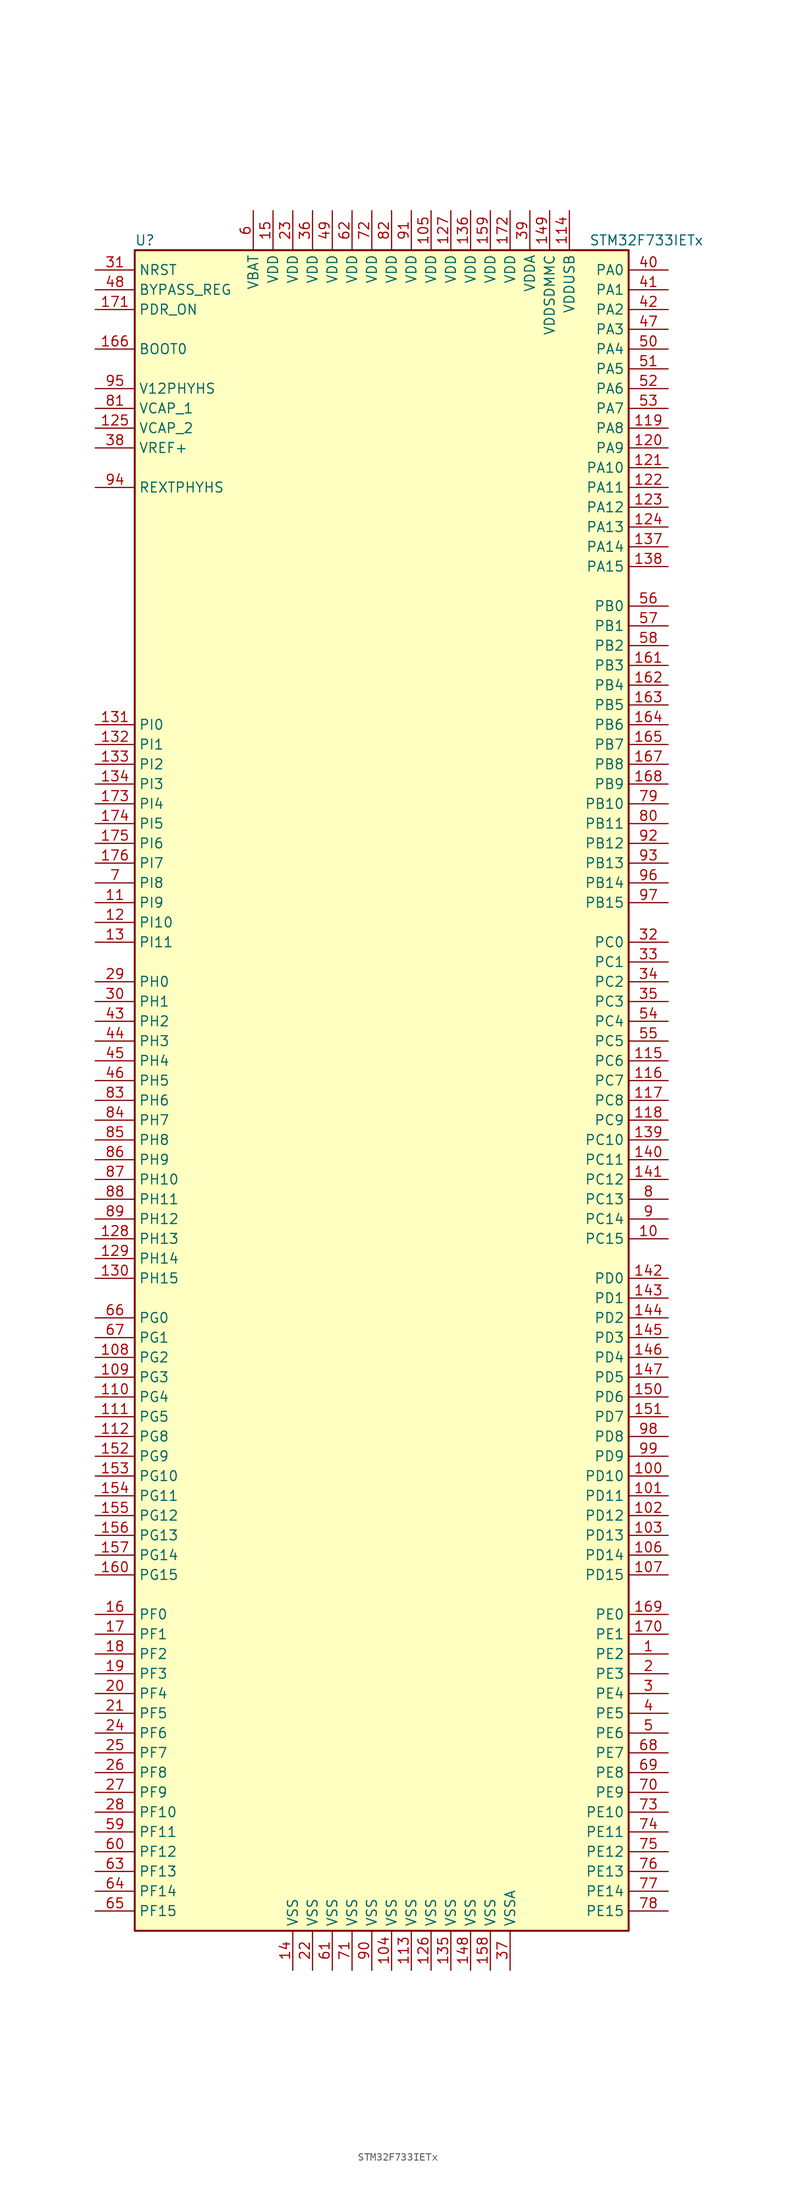
<source format=kicad_sym>
(kicad_symbol_lib
  (version 20201005)
  (generator kicad_symbol_editor)
  (symbol "STM32F733IETx"
    (property "Reference" "U"
      (at -33.02 107.95 0)
      (effects (font (size 1.27 1.27)) (justify left)))
    (property "Value" "STM32F733IETx"
      (at 25.4 107.95 0)
      (effects (font (size 1.27 1.27)) (justify left)))
    (symbol "STM32F733IETx_0_1"
      (rectangle (start -33.02 -109.22) (end 30.48 106.68) (stroke (width 0.254)) (fill (type background))))
    (symbol "STM32F733IETx_1_1"
      (pin input line (at -38.1 93.98 0) (length 5.08) (name "BOOT0" (effects (font (size 1.27 1.27)))) (number "166" (effects (font (size 1.27 1.27)))))
      (pin input line (at -38.1 101.6 0) (length 5.08) (name "BYPASS_REG" (effects (font (size 1.27 1.27)))) (number "48" (effects (font (size 1.27 1.27)))))
      (pin input line (at -38.1 104.14 0) (length 5.08) (name "NRST" (effects (font (size 1.27 1.27)))) (number "31" (effects (font (size 1.27 1.27)))))
      (pin bidirectional line (at 35.56 104.14 180) (length 5.08) (name "PA0" (effects (font (size 1.27 1.27)))) (number "40" (effects (font (size 1.27 1.27)))))
      (pin bidirectional line (at 35.56 101.6 180) (length 5.08) (name "PA1" (effects (font (size 1.27 1.27)))) (number "41" (effects (font (size 1.27 1.27)))))
      (pin bidirectional line (at 35.56 78.74 180) (length 5.08) (name "PA10" (effects (font (size 1.27 1.27)))) (number "121" (effects (font (size 1.27 1.27)))))
      (pin bidirectional line (at 35.56 76.2 180) (length 5.08) (name "PA11" (effects (font (size 1.27 1.27)))) (number "122" (effects (font (size 1.27 1.27)))))
      (pin bidirectional line (at 35.56 73.66 180) (length 5.08) (name "PA12" (effects (font (size 1.27 1.27)))) (number "123" (effects (font (size 1.27 1.27)))))
      (pin bidirectional line (at 35.56 71.12 180) (length 5.08) (name "PA13" (effects (font (size 1.27 1.27)))) (number "124" (effects (font (size 1.27 1.27)))))
      (pin bidirectional line (at 35.56 68.58 180) (length 5.08) (name "PA14" (effects (font (size 1.27 1.27)))) (number "137" (effects (font (size 1.27 1.27)))))
      (pin bidirectional line (at 35.56 66.04 180) (length 5.08) (name "PA15" (effects (font (size 1.27 1.27)))) (number "138" (effects (font (size 1.27 1.27)))))
      (pin bidirectional line (at 35.56 99.06 180) (length 5.08) (name "PA2" (effects (font (size 1.27 1.27)))) (number "42" (effects (font (size 1.27 1.27)))))
      (pin bidirectional line (at 35.56 96.52 180) (length 5.08) (name "PA3" (effects (font (size 1.27 1.27)))) (number "47" (effects (font (size 1.27 1.27)))))
      (pin bidirectional line (at 35.56 93.98 180) (length 5.08) (name "PA4" (effects (font (size 1.27 1.27)))) (number "50" (effects (font (size 1.27 1.27)))))
      (pin bidirectional line (at 35.56 91.44 180) (length 5.08) (name "PA5" (effects (font (size 1.27 1.27)))) (number "51" (effects (font (size 1.27 1.27)))))
      (pin bidirectional line (at 35.56 88.9 180) (length 5.08) (name "PA6" (effects (font (size 1.27 1.27)))) (number "52" (effects (font (size 1.27 1.27)))))
      (pin bidirectional line (at 35.56 86.36 180) (length 5.08) (name "PA7" (effects (font (size 1.27 1.27)))) (number "53" (effects (font (size 1.27 1.27)))))
      (pin bidirectional line (at 35.56 83.82 180) (length 5.08) (name "PA8" (effects (font (size 1.27 1.27)))) (number "119" (effects (font (size 1.27 1.27)))))
      (pin bidirectional line (at 35.56 81.28 180) (length 5.08) (name "PA9" (effects (font (size 1.27 1.27)))) (number "120" (effects (font (size 1.27 1.27)))))
      (pin bidirectional line (at 35.56 60.96 180) (length 5.08) (name "PB0" (effects (font (size 1.27 1.27)))) (number "56" (effects (font (size 1.27 1.27)))))
      (pin bidirectional line (at 35.56 58.42 180) (length 5.08) (name "PB1" (effects (font (size 1.27 1.27)))) (number "57" (effects (font (size 1.27 1.27)))))
      (pin bidirectional line (at 35.56 35.56 180) (length 5.08) (name "PB10" (effects (font (size 1.27 1.27)))) (number "79" (effects (font (size 1.27 1.27)))))
      (pin bidirectional line (at 35.56 33.02 180) (length 5.08) (name "PB11" (effects (font (size 1.27 1.27)))) (number "80" (effects (font (size 1.27 1.27)))))
      (pin bidirectional line (at 35.56 30.48 180) (length 5.08) (name "PB12" (effects (font (size 1.27 1.27)))) (number "92" (effects (font (size 1.27 1.27)))))
      (pin bidirectional line (at 35.56 27.94 180) (length 5.08) (name "PB13" (effects (font (size 1.27 1.27)))) (number "93" (effects (font (size 1.27 1.27)))))
      (pin bidirectional line (at 35.56 25.4 180) (length 5.08) (name "PB14" (effects (font (size 1.27 1.27)))) (number "96" (effects (font (size 1.27 1.27)))))
      (pin bidirectional line (at 35.56 22.86 180) (length 5.08) (name "PB15" (effects (font (size 1.27 1.27)))) (number "97" (effects (font (size 1.27 1.27)))))
      (pin bidirectional line (at 35.56 55.88 180) (length 5.08) (name "PB2" (effects (font (size 1.27 1.27)))) (number "58" (effects (font (size 1.27 1.27)))))
      (pin bidirectional line (at 35.56 53.34 180) (length 5.08) (name "PB3" (effects (font (size 1.27 1.27)))) (number "161" (effects (font (size 1.27 1.27)))))
      (pin bidirectional line (at 35.56 50.8 180) (length 5.08) (name "PB4" (effects (font (size 1.27 1.27)))) (number "162" (effects (font (size 1.27 1.27)))))
      (pin bidirectional line (at 35.56 48.26 180) (length 5.08) (name "PB5" (effects (font (size 1.27 1.27)))) (number "163" (effects (font (size 1.27 1.27)))))
      (pin bidirectional line (at 35.56 45.72 180) (length 5.08) (name "PB6" (effects (font (size 1.27 1.27)))) (number "164" (effects (font (size 1.27 1.27)))))
      (pin bidirectional line (at 35.56 43.18 180) (length 5.08) (name "PB7" (effects (font (size 1.27 1.27)))) (number "165" (effects (font (size 1.27 1.27)))))
      (pin bidirectional line (at 35.56 40.64 180) (length 5.08) (name "PB8" (effects (font (size 1.27 1.27)))) (number "167" (effects (font (size 1.27 1.27)))))
      (pin bidirectional line (at 35.56 38.1 180) (length 5.08) (name "PB9" (effects (font (size 1.27 1.27)))) (number "168" (effects (font (size 1.27 1.27)))))
      (pin bidirectional line (at 35.56 17.78 180) (length 5.08) (name "PC0" (effects (font (size 1.27 1.27)))) (number "32" (effects (font (size 1.27 1.27)))))
      (pin bidirectional line (at 35.56 15.24 180) (length 5.08) (name "PC1" (effects (font (size 1.27 1.27)))) (number "33" (effects (font (size 1.27 1.27)))))
      (pin bidirectional line (at 35.56 -7.62 180) (length 5.08) (name "PC10" (effects (font (size 1.27 1.27)))) (number "139" (effects (font (size 1.27 1.27)))))
      (pin bidirectional line (at 35.56 -10.16 180) (length 5.08) (name "PC11" (effects (font (size 1.27 1.27)))) (number "140" (effects (font (size 1.27 1.27)))))
      (pin bidirectional line (at 35.56 -12.7 180) (length 5.08) (name "PC12" (effects (font (size 1.27 1.27)))) (number "141" (effects (font (size 1.27 1.27)))))
      (pin bidirectional line (at 35.56 -15.24 180) (length 5.08) (name "PC13" (effects (font (size 1.27 1.27)))) (number "8" (effects (font (size 1.27 1.27)))))
      (pin bidirectional line (at 35.56 -17.78 180) (length 5.08) (name "PC14" (effects (font (size 1.27 1.27)))) (number "9" (effects (font (size 1.27 1.27)))))
      (pin bidirectional line (at 35.56 -20.32 180) (length 5.08) (name "PC15" (effects (font (size 1.27 1.27)))) (number "10" (effects (font (size 1.27 1.27)))))
      (pin bidirectional line (at 35.56 12.7 180) (length 5.08) (name "PC2" (effects (font (size 1.27 1.27)))) (number "34" (effects (font (size 1.27 1.27)))))
      (pin bidirectional line (at 35.56 10.16 180) (length 5.08) (name "PC3" (effects (font (size 1.27 1.27)))) (number "35" (effects (font (size 1.27 1.27)))))
      (pin bidirectional line (at 35.56 7.62 180) (length 5.08) (name "PC4" (effects (font (size 1.27 1.27)))) (number "54" (effects (font (size 1.27 1.27)))))
      (pin bidirectional line (at 35.56 5.08 180) (length 5.08) (name "PC5" (effects (font (size 1.27 1.27)))) (number "55" (effects (font (size 1.27 1.27)))))
      (pin bidirectional line (at 35.56 2.54 180) (length 5.08) (name "PC6" (effects (font (size 1.27 1.27)))) (number "115" (effects (font (size 1.27 1.27)))))
      (pin bidirectional line (at 35.56 0 180) (length 5.08) (name "PC7" (effects (font (size 1.27 1.27)))) (number "116" (effects (font (size 1.27 1.27)))))
      (pin bidirectional line (at 35.56 -2.54 180) (length 5.08) (name "PC8" (effects (font (size 1.27 1.27)))) (number "117" (effects (font (size 1.27 1.27)))))
      (pin bidirectional line (at 35.56 -5.08 180) (length 5.08) (name "PC9" (effects (font (size 1.27 1.27)))) (number "118" (effects (font (size 1.27 1.27)))))
      (pin bidirectional line (at 35.56 -25.4 180) (length 5.08) (name "PD0" (effects (font (size 1.27 1.27)))) (number "142" (effects (font (size 1.27 1.27)))))
      (pin bidirectional line (at 35.56 -27.94 180) (length 5.08) (name "PD1" (effects (font (size 1.27 1.27)))) (number "143" (effects (font (size 1.27 1.27)))))
      (pin bidirectional line (at 35.56 -50.8 180) (length 5.08) (name "PD10" (effects (font (size 1.27 1.27)))) (number "100" (effects (font (size 1.27 1.27)))))
      (pin bidirectional line (at 35.56 -53.34 180) (length 5.08) (name "PD11" (effects (font (size 1.27 1.27)))) (number "101" (effects (font (size 1.27 1.27)))))
      (pin bidirectional line (at 35.56 -55.88 180) (length 5.08) (name "PD12" (effects (font (size 1.27 1.27)))) (number "102" (effects (font (size 1.27 1.27)))))
      (pin bidirectional line (at 35.56 -58.42 180) (length 5.08) (name "PD13" (effects (font (size 1.27 1.27)))) (number "103" (effects (font (size 1.27 1.27)))))
      (pin bidirectional line (at 35.56 -60.96 180) (length 5.08) (name "PD14" (effects (font (size 1.27 1.27)))) (number "106" (effects (font (size 1.27 1.27)))))
      (pin bidirectional line (at 35.56 -63.5 180) (length 5.08) (name "PD15" (effects (font (size 1.27 1.27)))) (number "107" (effects (font (size 1.27 1.27)))))
      (pin bidirectional line (at 35.56 -30.48 180) (length 5.08) (name "PD2" (effects (font (size 1.27 1.27)))) (number "144" (effects (font (size 1.27 1.27)))))
      (pin bidirectional line (at 35.56 -33.02 180) (length 5.08) (name "PD3" (effects (font (size 1.27 1.27)))) (number "145" (effects (font (size 1.27 1.27)))))
      (pin bidirectional line (at 35.56 -35.56 180) (length 5.08) (name "PD4" (effects (font (size 1.27 1.27)))) (number "146" (effects (font (size 1.27 1.27)))))
      (pin bidirectional line (at 35.56 -38.1 180) (length 5.08) (name "PD5" (effects (font (size 1.27 1.27)))) (number "147" (effects (font (size 1.27 1.27)))))
      (pin bidirectional line (at 35.56 -40.64 180) (length 5.08) (name "PD6" (effects (font (size 1.27 1.27)))) (number "150" (effects (font (size 1.27 1.27)))))
      (pin bidirectional line (at 35.56 -43.18 180) (length 5.08) (name "PD7" (effects (font (size 1.27 1.27)))) (number "151" (effects (font (size 1.27 1.27)))))
      (pin bidirectional line (at 35.56 -45.72 180) (length 5.08) (name "PD8" (effects (font (size 1.27 1.27)))) (number "98" (effects (font (size 1.27 1.27)))))
      (pin bidirectional line (at 35.56 -48.26 180) (length 5.08) (name "PD9" (effects (font (size 1.27 1.27)))) (number "99" (effects (font (size 1.27 1.27)))))
      (pin input line (at -38.1 99.06 0) (length 5.08) (name "PDR_ON" (effects (font (size 1.27 1.27)))) (number "171" (effects (font (size 1.27 1.27)))))
      (pin bidirectional line (at 35.56 -68.58 180) (length 5.08) (name "PE0" (effects (font (size 1.27 1.27)))) (number "169" (effects (font (size 1.27 1.27)))))
      (pin bidirectional line (at 35.56 -71.12 180) (length 5.08) (name "PE1" (effects (font (size 1.27 1.27)))) (number "170" (effects (font (size 1.27 1.27)))))
      (pin bidirectional line (at 35.56 -93.98 180) (length 5.08) (name "PE10" (effects (font (size 1.27 1.27)))) (number "73" (effects (font (size 1.27 1.27)))))
      (pin bidirectional line (at 35.56 -96.52 180) (length 5.08) (name "PE11" (effects (font (size 1.27 1.27)))) (number "74" (effects (font (size 1.27 1.27)))))
      (pin bidirectional line (at 35.56 -99.06 180) (length 5.08) (name "PE12" (effects (font (size 1.27 1.27)))) (number "75" (effects (font (size 1.27 1.27)))))
      (pin bidirectional line (at 35.56 -101.6 180) (length 5.08) (name "PE13" (effects (font (size 1.27 1.27)))) (number "76" (effects (font (size 1.27 1.27)))))
      (pin bidirectional line (at 35.56 -104.14 180) (length 5.08) (name "PE14" (effects (font (size 1.27 1.27)))) (number "77" (effects (font (size 1.27 1.27)))))
      (pin bidirectional line (at 35.56 -106.68 180) (length 5.08) (name "PE15" (effects (font (size 1.27 1.27)))) (number "78" (effects (font (size 1.27 1.27)))))
      (pin bidirectional line (at 35.56 -73.66 180) (length 5.08) (name "PE2" (effects (font (size 1.27 1.27)))) (number "1" (effects (font (size 1.27 1.27)))))
      (pin bidirectional line (at 35.56 -76.2 180) (length 5.08) (name "PE3" (effects (font (size 1.27 1.27)))) (number "2" (effects (font (size 1.27 1.27)))))
      (pin bidirectional line (at 35.56 -78.74 180) (length 5.08) (name "PE4" (effects (font (size 1.27 1.27)))) (number "3" (effects (font (size 1.27 1.27)))))
      (pin bidirectional line (at 35.56 -81.28 180) (length 5.08) (name "PE5" (effects (font (size 1.27 1.27)))) (number "4" (effects (font (size 1.27 1.27)))))
      (pin bidirectional line (at 35.56 -83.82 180) (length 5.08) (name "PE6" (effects (font (size 1.27 1.27)))) (number "5" (effects (font (size 1.27 1.27)))))
      (pin bidirectional line (at 35.56 -86.36 180) (length 5.08) (name "PE7" (effects (font (size 1.27 1.27)))) (number "68" (effects (font (size 1.27 1.27)))))
      (pin bidirectional line (at 35.56 -88.9 180) (length 5.08) (name "PE8" (effects (font (size 1.27 1.27)))) (number "69" (effects (font (size 1.27 1.27)))))
      (pin bidirectional line (at 35.56 -91.44 180) (length 5.08) (name "PE9" (effects (font (size 1.27 1.27)))) (number "70" (effects (font (size 1.27 1.27)))))
      (pin bidirectional line (at -38.1 -68.58 0) (length 5.08) (name "PF0" (effects (font (size 1.27 1.27)))) (number "16" (effects (font (size 1.27 1.27)))))
      (pin bidirectional line (at -38.1 -71.12 0) (length 5.08) (name "PF1" (effects (font (size 1.27 1.27)))) (number "17" (effects (font (size 1.27 1.27)))))
      (pin bidirectional line (at -38.1 -93.98 0) (length 5.08) (name "PF10" (effects (font (size 1.27 1.27)))) (number "28" (effects (font (size 1.27 1.27)))))
      (pin bidirectional line (at -38.1 -96.52 0) (length 5.08) (name "PF11" (effects (font (size 1.27 1.27)))) (number "59" (effects (font (size 1.27 1.27)))))
      (pin bidirectional line (at -38.1 -99.06 0) (length 5.08) (name "PF12" (effects (font (size 1.27 1.27)))) (number "60" (effects (font (size 1.27 1.27)))))
      (pin bidirectional line (at -38.1 -101.6 0) (length 5.08) (name "PF13" (effects (font (size 1.27 1.27)))) (number "63" (effects (font (size 1.27 1.27)))))
      (pin bidirectional line (at -38.1 -104.14 0) (length 5.08) (name "PF14" (effects (font (size 1.27 1.27)))) (number "64" (effects (font (size 1.27 1.27)))))
      (pin bidirectional line (at -38.1 -106.68 0) (length 5.08) (name "PF15" (effects (font (size 1.27 1.27)))) (number "65" (effects (font (size 1.27 1.27)))))
      (pin bidirectional line (at -38.1 -73.66 0) (length 5.08) (name "PF2" (effects (font (size 1.27 1.27)))) (number "18" (effects (font (size 1.27 1.27)))))
      (pin bidirectional line (at -38.1 -76.2 0) (length 5.08) (name "PF3" (effects (font (size 1.27 1.27)))) (number "19" (effects (font (size 1.27 1.27)))))
      (pin bidirectional line (at -38.1 -78.74 0) (length 5.08) (name "PF4" (effects (font (size 1.27 1.27)))) (number "20" (effects (font (size 1.27 1.27)))))
      (pin bidirectional line (at -38.1 -81.28 0) (length 5.08) (name "PF5" (effects (font (size 1.27 1.27)))) (number "21" (effects (font (size 1.27 1.27)))))
      (pin bidirectional line (at -38.1 -83.82 0) (length 5.08) (name "PF6" (effects (font (size 1.27 1.27)))) (number "24" (effects (font (size 1.27 1.27)))))
      (pin bidirectional line (at -38.1 -86.36 0) (length 5.08) (name "PF7" (effects (font (size 1.27 1.27)))) (number "25" (effects (font (size 1.27 1.27)))))
      (pin bidirectional line (at -38.1 -88.9 0) (length 5.08) (name "PF8" (effects (font (size 1.27 1.27)))) (number "26" (effects (font (size 1.27 1.27)))))
      (pin bidirectional line (at -38.1 -91.44 0) (length 5.08) (name "PF9" (effects (font (size 1.27 1.27)))) (number "27" (effects (font (size 1.27 1.27)))))
      (pin bidirectional line (at -38.1 -30.48 0) (length 5.08) (name "PG0" (effects (font (size 1.27 1.27)))) (number "66" (effects (font (size 1.27 1.27)))))
      (pin bidirectional line (at -38.1 -33.02 0) (length 5.08) (name "PG1" (effects (font (size 1.27 1.27)))) (number "67" (effects (font (size 1.27 1.27)))))
      (pin bidirectional line (at -38.1 -50.8 0) (length 5.08) (name "PG10" (effects (font (size 1.27 1.27)))) (number "153" (effects (font (size 1.27 1.27)))))
      (pin bidirectional line (at -38.1 -53.34 0) (length 5.08) (name "PG11" (effects (font (size 1.27 1.27)))) (number "154" (effects (font (size 1.27 1.27)))))
      (pin bidirectional line (at -38.1 -55.88 0) (length 5.08) (name "PG12" (effects (font (size 1.27 1.27)))) (number "155" (effects (font (size 1.27 1.27)))))
      (pin bidirectional line (at -38.1 -58.42 0) (length 5.08) (name "PG13" (effects (font (size 1.27 1.27)))) (number "156" (effects (font (size 1.27 1.27)))))
      (pin bidirectional line (at -38.1 -60.96 0) (length 5.08) (name "PG14" (effects (font (size 1.27 1.27)))) (number "157" (effects (font (size 1.27 1.27)))))
      (pin bidirectional line (at -38.1 -63.5 0) (length 5.08) (name "PG15" (effects (font (size 1.27 1.27)))) (number "160" (effects (font (size 1.27 1.27)))))
      (pin bidirectional line (at -38.1 -35.56 0) (length 5.08) (name "PG2" (effects (font (size 1.27 1.27)))) (number "108" (effects (font (size 1.27 1.27)))))
      (pin bidirectional line (at -38.1 -38.1 0) (length 5.08) (name "PG3" (effects (font (size 1.27 1.27)))) (number "109" (effects (font (size 1.27 1.27)))))
      (pin bidirectional line (at -38.1 -40.64 0) (length 5.08) (name "PG4" (effects (font (size 1.27 1.27)))) (number "110" (effects (font (size 1.27 1.27)))))
      (pin bidirectional line (at -38.1 -43.18 0) (length 5.08) (name "PG5" (effects (font (size 1.27 1.27)))) (number "111" (effects (font (size 1.27 1.27)))))
      (pin bidirectional line (at -38.1 -45.72 0) (length 5.08) (name "PG8" (effects (font (size 1.27 1.27)))) (number "112" (effects (font (size 1.27 1.27)))))
      (pin bidirectional line (at -38.1 -48.26 0) (length 5.08) (name "PG9" (effects (font (size 1.27 1.27)))) (number "152" (effects (font (size 1.27 1.27)))))
      (pin input line (at -38.1 12.7 0) (length 5.08) (name "PH0" (effects (font (size 1.27 1.27)))) (number "29" (effects (font (size 1.27 1.27)))))
      (pin input line (at -38.1 10.16 0) (length 5.08) (name "PH1" (effects (font (size 1.27 1.27)))) (number "30" (effects (font (size 1.27 1.27)))))
      (pin bidirectional line (at -38.1 -12.7 0) (length 5.08) (name "PH10" (effects (font (size 1.27 1.27)))) (number "87" (effects (font (size 1.27 1.27)))))
      (pin bidirectional line (at -38.1 -15.24 0) (length 5.08) (name "PH11" (effects (font (size 1.27 1.27)))) (number "88" (effects (font (size 1.27 1.27)))))
      (pin bidirectional line (at -38.1 -17.78 0) (length 5.08) (name "PH12" (effects (font (size 1.27 1.27)))) (number "89" (effects (font (size 1.27 1.27)))))
      (pin bidirectional line (at -38.1 -20.32 0) (length 5.08) (name "PH13" (effects (font (size 1.27 1.27)))) (number "128" (effects (font (size 1.27 1.27)))))
      (pin bidirectional line (at -38.1 -22.86 0) (length 5.08) (name "PH14" (effects (font (size 1.27 1.27)))) (number "129" (effects (font (size 1.27 1.27)))))
      (pin bidirectional line (at -38.1 -25.4 0) (length 5.08) (name "PH15" (effects (font (size 1.27 1.27)))) (number "130" (effects (font (size 1.27 1.27)))))
      (pin bidirectional line (at -38.1 7.62 0) (length 5.08) (name "PH2" (effects (font (size 1.27 1.27)))) (number "43" (effects (font (size 1.27 1.27)))))
      (pin bidirectional line (at -38.1 5.08 0) (length 5.08) (name "PH3" (effects (font (size 1.27 1.27)))) (number "44" (effects (font (size 1.27 1.27)))))
      (pin bidirectional line (at -38.1 2.54 0) (length 5.08) (name "PH4" (effects (font (size 1.27 1.27)))) (number "45" (effects (font (size 1.27 1.27)))))
      (pin bidirectional line (at -38.1 0 0) (length 5.08) (name "PH5" (effects (font (size 1.27 1.27)))) (number "46" (effects (font (size 1.27 1.27)))))
      (pin bidirectional line (at -38.1 -2.54 0) (length 5.08) (name "PH6" (effects (font (size 1.27 1.27)))) (number "83" (effects (font (size 1.27 1.27)))))
      (pin bidirectional line (at -38.1 -5.08 0) (length 5.08) (name "PH7" (effects (font (size 1.27 1.27)))) (number "84" (effects (font (size 1.27 1.27)))))
      (pin bidirectional line (at -38.1 -7.62 0) (length 5.08) (name "PH8" (effects (font (size 1.27 1.27)))) (number "85" (effects (font (size 1.27 1.27)))))
      (pin bidirectional line (at -38.1 -10.16 0) (length 5.08) (name "PH9" (effects (font (size 1.27 1.27)))) (number "86" (effects (font (size 1.27 1.27)))))
      (pin bidirectional line (at -38.1 45.72 0) (length 5.08) (name "PI0" (effects (font (size 1.27 1.27)))) (number "131" (effects (font (size 1.27 1.27)))))
      (pin bidirectional line (at -38.1 43.18 0) (length 5.08) (name "PI1" (effects (font (size 1.27 1.27)))) (number "132" (effects (font (size 1.27 1.27)))))
      (pin bidirectional line (at -38.1 20.32 0) (length 5.08) (name "PI10" (effects (font (size 1.27 1.27)))) (number "12" (effects (font (size 1.27 1.27)))))
      (pin bidirectional line (at -38.1 17.78 0) (length 5.08) (name "PI11" (effects (font (size 1.27 1.27)))) (number "13" (effects (font (size 1.27 1.27)))))
      (pin bidirectional line (at -38.1 40.64 0) (length 5.08) (name "PI2" (effects (font (size 1.27 1.27)))) (number "133" (effects (font (size 1.27 1.27)))))
      (pin bidirectional line (at -38.1 38.1 0) (length 5.08) (name "PI3" (effects (font (size 1.27 1.27)))) (number "134" (effects (font (size 1.27 1.27)))))
      (pin bidirectional line (at -38.1 35.56 0) (length 5.08) (name "PI4" (effects (font (size 1.27 1.27)))) (number "173" (effects (font (size 1.27 1.27)))))
      (pin bidirectional line (at -38.1 33.02 0) (length 5.08) (name "PI5" (effects (font (size 1.27 1.27)))) (number "174" (effects (font (size 1.27 1.27)))))
      (pin bidirectional line (at -38.1 30.48 0) (length 5.08) (name "PI6" (effects (font (size 1.27 1.27)))) (number "175" (effects (font (size 1.27 1.27)))))
      (pin bidirectional line (at -38.1 27.94 0) (length 5.08) (name "PI7" (effects (font (size 1.27 1.27)))) (number "176" (effects (font (size 1.27 1.27)))))
      (pin bidirectional line (at -38.1 25.4 0) (length 5.08) (name "PI8" (effects (font (size 1.27 1.27)))) (number "7" (effects (font (size 1.27 1.27)))))
      (pin bidirectional line (at -38.1 22.86 0) (length 5.08) (name "PI9" (effects (font (size 1.27 1.27)))) (number "11" (effects (font (size 1.27 1.27)))))
      (pin bidirectional line (at -38.1 76.2 0) (length 5.08) (name "REXTPHYHS" (effects (font (size 1.27 1.27)))) (number "94" (effects (font (size 1.27 1.27)))))
      (pin power_in line (at -38.1 88.9 0) (length 5.08) (name "V12PHYHS" (effects (font (size 1.27 1.27)))) (number "95" (effects (font (size 1.27 1.27)))))
      (pin power_in line (at -17.78 111.76 270) (length 5.08) (name "VBAT" (effects (font (size 1.27 1.27)))) (number "6" (effects (font (size 1.27 1.27)))))
      (pin power_in line (at -38.1 86.36 0) (length 5.08) (name "VCAP_1" (effects (font (size 1.27 1.27)))) (number "81" (effects (font (size 1.27 1.27)))))
      (pin power_in line (at -38.1 83.82 0) (length 5.08) (name "VCAP_2" (effects (font (size 1.27 1.27)))) (number "125" (effects (font (size 1.27 1.27)))))
      (pin power_in line (at 5.08 111.76 270) (length 5.08) (name "VDD" (effects (font (size 1.27 1.27)))) (number "105" (effects (font (size 1.27 1.27)))))
      (pin power_in line (at 7.62 111.76 270) (length 5.08) (name "VDD" (effects (font (size 1.27 1.27)))) (number "127" (effects (font (size 1.27 1.27)))))
      (pin power_in line (at 10.16 111.76 270) (length 5.08) (name "VDD" (effects (font (size 1.27 1.27)))) (number "136" (effects (font (size 1.27 1.27)))))
      (pin power_in line (at -15.24 111.76 270) (length 5.08) (name "VDD" (effects (font (size 1.27 1.27)))) (number "15" (effects (font (size 1.27 1.27)))))
      (pin power_in line (at 12.7 111.76 270) (length 5.08) (name "VDD" (effects (font (size 1.27 1.27)))) (number "159" (effects (font (size 1.27 1.27)))))
      (pin power_in line (at 15.24 111.76 270) (length 5.08) (name "VDD" (effects (font (size 1.27 1.27)))) (number "172" (effects (font (size 1.27 1.27)))))
      (pin power_in line (at -12.7 111.76 270) (length 5.08) (name "VDD" (effects (font (size 1.27 1.27)))) (number "23" (effects (font (size 1.27 1.27)))))
      (pin power_in line (at -10.16 111.76 270) (length 5.08) (name "VDD" (effects (font (size 1.27 1.27)))) (number "36" (effects (font (size 1.27 1.27)))))
      (pin power_in line (at -7.62 111.76 270) (length 5.08) (name "VDD" (effects (font (size 1.27 1.27)))) (number "49" (effects (font (size 1.27 1.27)))))
      (pin power_in line (at -5.08 111.76 270) (length 5.08) (name "VDD" (effects (font (size 1.27 1.27)))) (number "62" (effects (font (size 1.27 1.27)))))
      (pin power_in line (at -2.54 111.76 270) (length 5.08) (name "VDD" (effects (font (size 1.27 1.27)))) (number "72" (effects (font (size 1.27 1.27)))))
      (pin power_in line (at 0 111.76 270) (length 5.08) (name "VDD" (effects (font (size 1.27 1.27)))) (number "82" (effects (font (size 1.27 1.27)))))
      (pin power_in line (at 2.54 111.76 270) (length 5.08) (name "VDD" (effects (font (size 1.27 1.27)))) (number "91" (effects (font (size 1.27 1.27)))))
      (pin power_in line (at 17.78 111.76 270) (length 5.08) (name "VDDA" (effects (font (size 1.27 1.27)))) (number "39" (effects (font (size 1.27 1.27)))))
      (pin power_in line (at 20.32 111.76 270) (length 5.08) (name "VDDSDMMC" (effects (font (size 1.27 1.27)))) (number "149" (effects (font (size 1.27 1.27)))))
      (pin power_in line (at 22.86 111.76 270) (length 5.08) (name "VDDUSB" (effects (font (size 1.27 1.27)))) (number "114" (effects (font (size 1.27 1.27)))))
      (pin power_in line (at -38.1 81.28 0) (length 5.08) (name "VREF+" (effects (font (size 1.27 1.27)))) (number "38" (effects (font (size 1.27 1.27)))))
      (pin power_in line (at 0 -114.3 90) (length 5.08) (name "VSS" (effects (font (size 1.27 1.27)))) (number "104" (effects (font (size 1.27 1.27)))))
      (pin power_in line (at 2.54 -114.3 90) (length 5.08) (name "VSS" (effects (font (size 1.27 1.27)))) (number "113" (effects (font (size 1.27 1.27)))))
      (pin power_in line (at 5.08 -114.3 90) (length 5.08) (name "VSS" (effects (font (size 1.27 1.27)))) (number "126" (effects (font (size 1.27 1.27)))))
      (pin power_in line (at 7.62 -114.3 90) (length 5.08) (name "VSS" (effects (font (size 1.27 1.27)))) (number "135" (effects (font (size 1.27 1.27)))))
      (pin power_in line (at -12.7 -114.3 90) (length 5.08) (name "VSS" (effects (font (size 1.27 1.27)))) (number "14" (effects (font (size 1.27 1.27)))))
      (pin power_in line (at 10.16 -114.3 90) (length 5.08) (name "VSS" (effects (font (size 1.27 1.27)))) (number "148" (effects (font (size 1.27 1.27)))))
      (pin power_in line (at 12.7 -114.3 90) (length 5.08) (name "VSS" (effects (font (size 1.27 1.27)))) (number "158" (effects (font (size 1.27 1.27)))))
      (pin power_in line (at -10.16 -114.3 90) (length 5.08) (name "VSS" (effects (font (size 1.27 1.27)))) (number "22" (effects (font (size 1.27 1.27)))))
      (pin power_in line (at -7.62 -114.3 90) (length 5.08) (name "VSS" (effects (font (size 1.27 1.27)))) (number "61" (effects (font (size 1.27 1.27)))))
      (pin power_in line (at -5.08 -114.3 90) (length 5.08) (name "VSS" (effects (font (size 1.27 1.27)))) (number "71" (effects (font (size 1.27 1.27)))))
      (pin power_in line (at -2.54 -114.3 90) (length 5.08) (name "VSS" (effects (font (size 1.27 1.27)))) (number "90" (effects (font (size 1.27 1.27)))))
      (pin power_in line (at 15.24 -114.3 90) (length 5.08) (name "VSSA" (effects (font (size 1.27 1.27)))) (number "37" (effects (font (size 1.27 1.27))))))))
</source>
